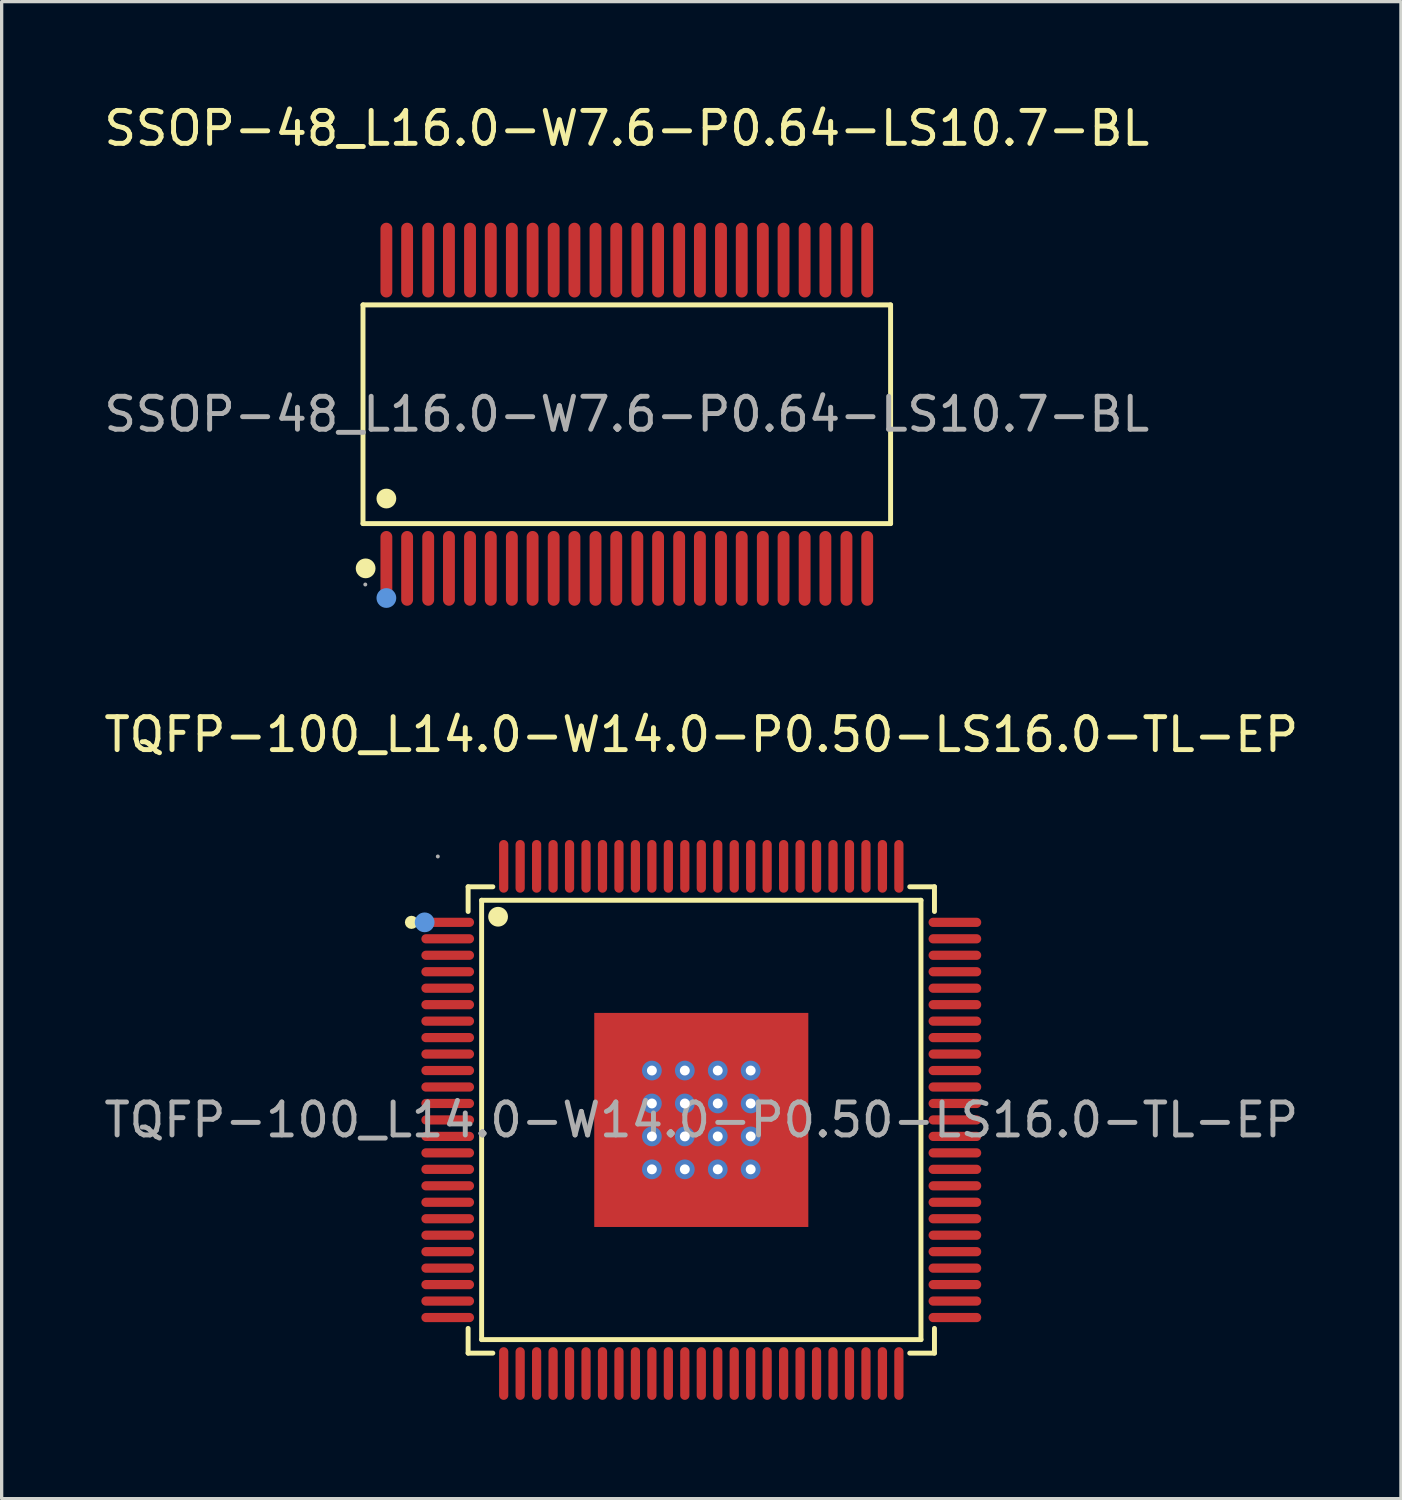
<source format=kicad_pcb>
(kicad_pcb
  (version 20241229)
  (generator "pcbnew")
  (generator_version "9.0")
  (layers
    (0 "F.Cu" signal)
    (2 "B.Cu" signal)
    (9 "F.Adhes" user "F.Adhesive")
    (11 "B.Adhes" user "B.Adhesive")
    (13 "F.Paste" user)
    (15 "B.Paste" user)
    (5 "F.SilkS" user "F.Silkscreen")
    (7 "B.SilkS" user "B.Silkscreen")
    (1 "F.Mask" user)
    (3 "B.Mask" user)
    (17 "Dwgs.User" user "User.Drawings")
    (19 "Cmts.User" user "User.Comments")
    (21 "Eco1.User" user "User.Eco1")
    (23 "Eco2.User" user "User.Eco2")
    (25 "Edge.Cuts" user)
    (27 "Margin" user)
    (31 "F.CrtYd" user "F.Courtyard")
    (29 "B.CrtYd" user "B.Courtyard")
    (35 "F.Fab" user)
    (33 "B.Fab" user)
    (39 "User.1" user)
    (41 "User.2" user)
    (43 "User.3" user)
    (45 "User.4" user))
  (footprint "SSOP-48_L16.0-W7.6-P0.64-LS10.7-BL"
    (layer "F.Cu")
    (at 15.982 9.528)
    (property "Reference" "SSOP-48_L16.0-W7.6-P0.64-LS10.7-BL" (at 0 -8.68 0) (layer "F.SilkS") (effects (font (size 1 1) (thickness 0.15))))
    (attr through_hole)
    (fp_line (start -8.01 -3.32) (end 8.01 -3.32) (stroke (width 0.15) (type solid)) (layer "F.SilkS"))
    (fp_line (start -8.01 3.32) (end -8.01 -3.32) (stroke (width 0.15) (type solid)) (layer "F.SilkS"))
    (fp_line (start 8.01 -3.32) (end 8.01 3.32) (stroke (width 0.15) (type solid)) (layer "F.SilkS"))
    (fp_line (start 8.01 3.32) (end -8.01 3.32) (stroke (width 0.15) (type solid)) (layer "F.SilkS"))
    (fp_circle (center -7.93 4.68) (end -7.78 4.68) (stroke (width 0.3) (type solid)) (fill no) (layer "F.SilkS"))
    (fp_circle (center -7.3 2.56) (end -7.15 2.56) (stroke (width 0.3) (type solid)) (fill no) (layer "F.SilkS"))
    (fp_circle (center -7.3 5.58) (end -7.15 5.58) (stroke (width 0.3) (type solid)) (fill no) (layer "Cmts.User"))
    (fp_circle (center -7.94 5.17) (end -7.91 5.17) (stroke (width 0.06) (type solid)) (fill no) (layer "F.Fab"))
    (fp_text user "${REFERENCE}" (at 0 0 0) (layer "F.Fab") (effects (font (size 1 1) (thickness 0.15))))
    (pad "1" smd oval (at -7.3 4.68) (size 0.36 2.27) (layers "F.Cu" "F.Mask" "F.Paste"))
    (pad "2" smd oval (at -6.67 4.68) (size 0.36 2.27) (layers "F.Cu" "F.Mask" "F.Paste"))
    (pad "3" smd oval (at -6.03 4.68) (size 0.36 2.27) (layers "F.Cu" "F.Mask" "F.Paste"))
    (pad "4" smd oval (at -5.4 4.68) (size 0.36 2.27) (layers "F.Cu" "F.Mask" "F.Paste"))
    (pad "5" smd oval (at -4.76 4.68) (size 0.36 2.27) (layers "F.Cu" "F.Mask" "F.Paste"))
    (pad "6" smd oval (at -4.13 4.68) (size 0.36 2.27) (layers "F.Cu" "F.Mask" "F.Paste"))
    (pad "7" smd oval (at -3.49 4.68) (size 0.36 2.27) (layers "F.Cu" "F.Mask" "F.Paste"))
    (pad "8" smd oval (at -2.86 4.68) (size 0.36 2.27) (layers "F.Cu" "F.Mask" "F.Paste"))
    (pad "9" smd oval (at -2.22 4.68) (size 0.36 2.27) (layers "F.Cu" "F.Mask" "F.Paste"))
    (pad "10" smd oval (at -1.59 4.68) (size 0.36 2.27) (layers "F.Cu" "F.Mask" "F.Paste"))
    (pad "11" smd oval (at -0.95 4.68) (size 0.36 2.27) (layers "F.Cu" "F.Mask" "F.Paste"))
    (pad "12" smd oval (at -0.32 4.68) (size 0.36 2.27) (layers "F.Cu" "F.Mask" "F.Paste"))
    (pad "13" smd oval (at 0.32 4.68) (size 0.36 2.27) (layers "F.Cu" "F.Mask" "F.Paste"))
    (pad "14" smd oval (at 0.95 4.68) (size 0.36 2.27) (layers "F.Cu" "F.Mask" "F.Paste"))
    (pad "15" smd oval (at 1.59 4.68) (size 0.36 2.27) (layers "F.Cu" "F.Mask" "F.Paste"))
    (pad "16" smd oval (at 2.22 4.68) (size 0.36 2.27) (layers "F.Cu" "F.Mask" "F.Paste"))
    (pad "17" smd oval (at 2.86 4.68) (size 0.36 2.27) (layers "F.Cu" "F.Mask" "F.Paste"))
    (pad "18" smd oval (at 3.49 4.68) (size 0.36 2.27) (layers "F.Cu" "F.Mask" "F.Paste"))
    (pad "19" smd oval (at 4.13 4.68) (size 0.36 2.27) (layers "F.Cu" "F.Mask" "F.Paste"))
    (pad "20" smd oval (at 4.76 4.68) (size 0.36 2.27) (layers "F.Cu" "F.Mask" "F.Paste"))
    (pad "21" smd oval (at 5.4 4.68) (size 0.36 2.27) (layers "F.Cu" "F.Mask" "F.Paste"))
    (pad "22" smd oval (at 6.03 4.68) (size 0.36 2.27) (layers "F.Cu" "F.Mask" "F.Paste"))
    (pad "23" smd oval (at 6.67 4.68) (size 0.36 2.27) (layers "F.Cu" "F.Mask" "F.Paste"))
    (pad "24" smd oval (at 7.3 4.68) (size 0.36 2.27) (layers "F.Cu" "F.Mask" "F.Paste"))
    (pad "25" smd oval (at 7.3 -4.68) (size 0.36 2.27) (layers "F.Cu" "F.Mask" "F.Paste"))
    (pad "26" smd oval (at 6.67 -4.68) (size 0.36 2.27) (layers "F.Cu" "F.Mask" "F.Paste"))
    (pad "27" smd oval (at 6.03 -4.68) (size 0.36 2.27) (layers "F.Cu" "F.Mask" "F.Paste"))
    (pad "28" smd oval (at 5.4 -4.68) (size 0.36 2.27) (layers "F.Cu" "F.Mask" "F.Paste"))
    (pad "29" smd oval (at 4.76 -4.68) (size 0.36 2.27) (layers "F.Cu" "F.Mask" "F.Paste"))
    (pad "30" smd oval (at 4.13 -4.68) (size 0.36 2.27) (layers "F.Cu" "F.Mask" "F.Paste"))
    (pad "31" smd oval (at 3.49 -4.68) (size 0.36 2.27) (layers "F.Cu" "F.Mask" "F.Paste"))
    (pad "32" smd oval (at 2.86 -4.68) (size 0.36 2.27) (layers "F.Cu" "F.Mask" "F.Paste"))
    (pad "33" smd oval (at 2.22 -4.68) (size 0.36 2.27) (layers "F.Cu" "F.Mask" "F.Paste"))
    (pad "34" smd oval (at 1.59 -4.68) (size 0.36 2.27) (layers "F.Cu" "F.Mask" "F.Paste"))
    (pad "35" smd oval (at 0.95 -4.68) (size 0.36 2.27) (layers "F.Cu" "F.Mask" "F.Paste"))
    (pad "36" smd oval (at 0.32 -4.68) (size 0.36 2.27) (layers "F.Cu" "F.Mask" "F.Paste"))
    (pad "37" smd oval (at -0.32 -4.68) (size 0.36 2.27) (layers "F.Cu" "F.Mask" "F.Paste"))
    (pad "38" smd oval (at -0.95 -4.68) (size 0.36 2.27) (layers "F.Cu" "F.Mask" "F.Paste"))
    (pad "39" smd oval (at -1.59 -4.68) (size 0.36 2.27) (layers "F.Cu" "F.Mask" "F.Paste"))
    (pad "40" smd oval (at -2.22 -4.68) (size 0.36 2.27) (layers "F.Cu" "F.Mask" "F.Paste"))
    (pad "41" smd oval (at -2.86 -4.68) (size 0.36 2.27) (layers "F.Cu" "F.Mask" "F.Paste"))
    (pad "42" smd oval (at -3.49 -4.68) (size 0.36 2.27) (layers "F.Cu" "F.Mask" "F.Paste"))
    (pad "43" smd oval (at -4.13 -4.68) (size 0.36 2.27) (layers "F.Cu" "F.Mask" "F.Paste"))
    (pad "44" smd oval (at -4.76 -4.68) (size 0.36 2.27) (layers "F.Cu" "F.Mask" "F.Paste"))
    (pad "45" smd oval (at -5.4 -4.68) (size 0.36 2.27) (layers "F.Cu" "F.Mask" "F.Paste"))
    (pad "46" smd oval (at -6.03 -4.68) (size 0.36 2.27) (layers "F.Cu" "F.Mask" "F.Paste"))
    (pad "47" smd oval (at -6.67 -4.68) (size 0.36 2.27) (layers "F.Cu" "F.Mask" "F.Paste"))
    (pad "48" smd oval (at -7.3 -4.68) (size 0.36 2.27) (layers "F.Cu" "F.Mask" "F.Paste")))
  (footprint "TQFP-100_L14.0-W14.0-P0.50-LS16.0-TL-EP"
    (layer "F.Cu")
    (at 18.244 30.956)
    (property "Reference" "TQFP-100_L14.0-W14.0-P0.50-LS16.0-TL-EP" (at 0 -11.7 0) (layer "F.SilkS") (effects (font (size 1 1) (thickness 0.15))))
    (attr through_hole)
    (fp_line (start -7.08 -7.08) (end -7.08 -6.33) (stroke (width 0.15) (type solid)) (layer "F.SilkS"))
    (fp_line (start -7.08 7.08) (end -7.08 6.33) (stroke (width 0.15) (type solid)) (layer "F.SilkS"))
    (fp_line (start -6.67 -6.67) (end 6.67 -6.67) (stroke (width 0.15) (type solid)) (layer "F.SilkS"))
    (fp_line (start -6.67 6.67) (end -6.67 -6.67) (stroke (width 0.15) (type solid)) (layer "F.SilkS"))
    (fp_line (start -6.33 -7.08) (end -7.08 -7.08) (stroke (width 0.15) (type solid)) (layer "F.SilkS"))
    (fp_line (start -6.33 7.08) (end -7.08 7.08) (stroke (width 0.15) (type solid)) (layer "F.SilkS"))
    (fp_line (start 6.33 -7.08) (end 7.08 -7.08) (stroke (width 0.15) (type solid)) (layer "F.SilkS"))
    (fp_line (start 6.33 7.08) (end 7.08 7.08) (stroke (width 0.15) (type solid)) (layer "F.SilkS"))
    (fp_line (start 6.67 -6.67) (end 6.67 6.67) (stroke (width 0.15) (type solid)) (layer "F.SilkS"))
    (fp_line (start 6.67 6.67) (end -6.67 6.67) (stroke (width 0.15) (type solid)) (layer "F.SilkS"))
    (fp_line (start 7.08 -7.08) (end 7.08 -6.33) (stroke (width 0.15) (type solid)) (layer "F.SilkS"))
    (fp_line (start 7.08 7.08) (end 7.08 6.33) (stroke (width 0.15) (type solid)) (layer "F.SilkS"))
    (fp_circle (center -8.8 -6) (end -8.7 -6) (stroke (width 0.2) (type solid)) (fill no) (layer "F.SilkS"))
    (fp_circle (center -6.17 -6.17) (end -6.02 -6.17) (stroke (width 0.3) (type solid)) (fill no) (layer "F.SilkS"))
    (fp_circle (center -8.4 -6) (end -8.25 -6) (stroke (width 0.3) (type solid)) (fill no) (layer "Cmts.User"))
    (fp_circle (center -8 -8) (end -7.97 -8) (stroke (width 0.06) (type solid)) (fill no) (layer "F.Fab"))
    (fp_text user "${REFERENCE}" (at 0 0 0) (layer "F.Fab") (effects (font (size 1 1) (thickness 0.15))))
    (pad "1" smd oval (at -7.7 -6 270) (size 0.28 1.6) (layers "F.Cu" "F.Mask" "F.Paste"))
    (pad "2" smd oval (at -7.7 -5.5 270) (size 0.28 1.6) (layers "F.Cu" "F.Mask" "F.Paste"))
    (pad "3" smd oval (at -7.7 -5 270) (size 0.28 1.6) (layers "F.Cu" "F.Mask" "F.Paste"))
    (pad "4" smd oval (at -7.7 -4.5 270) (size 0.28 1.6) (layers "F.Cu" "F.Mask" "F.Paste"))
    (pad "5" smd oval (at -7.7 -4 270) (size 0.28 1.6) (layers "F.Cu" "F.Mask" "F.Paste"))
    (pad "6" smd oval (at -7.7 -3.5 270) (size 0.28 1.6) (layers "F.Cu" "F.Mask" "F.Paste"))
    (pad "7" smd oval (at -7.7 -3 270) (size 0.28 1.6) (layers "F.Cu" "F.Mask" "F.Paste"))
    (pad "8" smd oval (at -7.7 -2.5 270) (size 0.28 1.6) (layers "F.Cu" "F.Mask" "F.Paste"))
    (pad "9" smd oval (at -7.7 -2 270) (size 0.28 1.6) (layers "F.Cu" "F.Mask" "F.Paste"))
    (pad "10" smd oval (at -7.7 -1.5 270) (size 0.28 1.6) (layers "F.Cu" "F.Mask" "F.Paste"))
    (pad "11" smd oval (at -7.7 -1 270) (size 0.28 1.6) (layers "F.Cu" "F.Mask" "F.Paste"))
    (pad "12" smd oval (at -7.7 -0.5 270) (size 0.28 1.6) (layers "F.Cu" "F.Mask" "F.Paste"))
    (pad "13" smd oval (at -7.7 0 270) (size 0.28 1.6) (layers "F.Cu" "F.Mask" "F.Paste"))
    (pad "14" smd oval (at -7.7 0.5 270) (size 0.28 1.6) (layers "F.Cu" "F.Mask" "F.Paste"))
    (pad "15" smd oval (at -7.7 1 270) (size 0.28 1.6) (layers "F.Cu" "F.Mask" "F.Paste"))
    (pad "16" smd oval (at -7.7 1.5 270) (size 0.28 1.6) (layers "F.Cu" "F.Mask" "F.Paste"))
    (pad "17" smd oval (at -7.7 2 270) (size 0.28 1.6) (layers "F.Cu" "F.Mask" "F.Paste"))
    (pad "18" smd oval (at -7.7 2.5 270) (size 0.28 1.6) (layers "F.Cu" "F.Mask" "F.Paste"))
    (pad "19" smd oval (at -7.7 3 270) (size 0.28 1.6) (layers "F.Cu" "F.Mask" "F.Paste"))
    (pad "20" smd oval (at -7.7 3.5 270) (size 0.28 1.6) (layers "F.Cu" "F.Mask" "F.Paste"))
    (pad "21" smd oval (at -7.7 4 270) (size 0.28 1.6) (layers "F.Cu" "F.Mask" "F.Paste"))
    (pad "22" smd oval (at -7.7 4.5 270) (size 0.28 1.6) (layers "F.Cu" "F.Mask" "F.Paste"))
    (pad "23" smd oval (at -7.7 5 270) (size 0.28 1.6) (layers "F.Cu" "F.Mask" "F.Paste"))
    (pad "24" smd oval (at -7.7 5.5 270) (size 0.28 1.6) (layers "F.Cu" "F.Mask" "F.Paste"))
    (pad "25" smd oval (at -7.7 6 270) (size 0.28 1.6) (layers "F.Cu" "F.Mask" "F.Paste"))
    (pad "26" smd oval (at -6 7.7 270) (size 1.6 0.28) (layers "F.Cu" "F.Mask" "F.Paste"))
    (pad "27" smd oval (at -5.5 7.7 270) (size 1.6 0.28) (layers "F.Cu" "F.Mask" "F.Paste"))
    (pad "28" smd oval (at -5 7.7 270) (size 1.6 0.28) (layers "F.Cu" "F.Mask" "F.Paste"))
    (pad "29" smd oval (at -4.5 7.7 270) (size 1.6 0.28) (layers "F.Cu" "F.Mask" "F.Paste"))
    (pad "30" smd oval (at -4 7.7 270) (size 1.6 0.28) (layers "F.Cu" "F.Mask" "F.Paste"))
    (pad "31" smd oval (at -3.5 7.7 270) (size 1.6 0.28) (layers "F.Cu" "F.Mask" "F.Paste"))
    (pad "32" smd oval (at -3 7.7 270) (size 1.6 0.28) (layers "F.Cu" "F.Mask" "F.Paste"))
    (pad "33" smd oval (at -2.5 7.7 270) (size 1.6 0.28) (layers "F.Cu" "F.Mask" "F.Paste"))
    (pad "34" smd oval (at -2 7.7 270) (size 1.6 0.28) (layers "F.Cu" "F.Mask" "F.Paste"))
    (pad "35" smd oval (at -1.5 7.7 270) (size 1.6 0.28) (layers "F.Cu" "F.Mask" "F.Paste"))
    (pad "36" smd oval (at -1 7.7 270) (size 1.6 0.28) (layers "F.Cu" "F.Mask" "F.Paste"))
    (pad "37" smd oval (at -0.5 7.7 270) (size 1.6 0.28) (layers "F.Cu" "F.Mask" "F.Paste"))
    (pad "38" smd oval (at 0 7.7 270) (size 1.6 0.28) (layers "F.Cu" "F.Mask" "F.Paste"))
    (pad "39" smd oval (at 0.5 7.7 270) (size 1.6 0.28) (layers "F.Cu" "F.Mask" "F.Paste"))
    (pad "40" smd oval (at 1 7.7 270) (size 1.6 0.28) (layers "F.Cu" "F.Mask" "F.Paste"))
    (pad "41" smd oval (at 1.5 7.7 270) (size 1.6 0.28) (layers "F.Cu" "F.Mask" "F.Paste"))
    (pad "42" smd oval (at 2 7.7 270) (size 1.6 0.28) (layers "F.Cu" "F.Mask" "F.Paste"))
    (pad "43" smd oval (at 2.5 7.7 270) (size 1.6 0.28) (layers "F.Cu" "F.Mask" "F.Paste"))
    (pad "44" smd oval (at 3 7.7 270) (size 1.6 0.28) (layers "F.Cu" "F.Mask" "F.Paste"))
    (pad "45" smd oval (at 3.5 7.7 270) (size 1.6 0.28) (layers "F.Cu" "F.Mask" "F.Paste"))
    (pad "46" smd oval (at 4 7.7 270) (size 1.6 0.28) (layers "F.Cu" "F.Mask" "F.Paste"))
    (pad "47" smd oval (at 4.5 7.7 270) (size 1.6 0.28) (layers "F.Cu" "F.Mask" "F.Paste"))
    (pad "48" smd oval (at 5 7.7 270) (size 1.6 0.28) (layers "F.Cu" "F.Mask" "F.Paste"))
    (pad "49" smd oval (at 5.5 7.7 270) (size 1.6 0.28) (layers "F.Cu" "F.Mask" "F.Paste"))
    (pad "50" smd oval (at 6 7.7 270) (size 1.6 0.28) (layers "F.Cu" "F.Mask" "F.Paste"))
    (pad "51" smd oval (at 7.7 6 270) (size 0.28 1.6) (layers "F.Cu" "F.Mask" "F.Paste"))
    (pad "52" smd oval (at 7.7 5.5 270) (size 0.28 1.6) (layers "F.Cu" "F.Mask" "F.Paste"))
    (pad "53" smd oval (at 7.7 5 270) (size 0.28 1.6) (layers "F.Cu" "F.Mask" "F.Paste"))
    (pad "54" smd oval (at 7.7 4.5 270) (size 0.28 1.6) (layers "F.Cu" "F.Mask" "F.Paste"))
    (pad "55" smd oval (at 7.7 4 270) (size 0.28 1.6) (layers "F.Cu" "F.Mask" "F.Paste"))
    (pad "56" smd oval (at 7.7 3.5 270) (size 0.28 1.6) (layers "F.Cu" "F.Mask" "F.Paste"))
    (pad "57" smd oval (at 7.7 3 270) (size 0.28 1.6) (layers "F.Cu" "F.Mask" "F.Paste"))
    (pad "58" smd oval (at 7.7 2.5 270) (size 0.28 1.6) (layers "F.Cu" "F.Mask" "F.Paste"))
    (pad "59" smd oval (at 7.7 2 270) (size 0.28 1.6) (layers "F.Cu" "F.Mask" "F.Paste"))
    (pad "60" smd oval (at 7.7 1.5 270) (size 0.28 1.6) (layers "F.Cu" "F.Mask" "F.Paste"))
    (pad "61" smd oval (at 7.7 1 270) (size 0.28 1.6) (layers "F.Cu" "F.Mask" "F.Paste"))
    (pad "62" smd oval (at 7.7 0.5 270) (size 0.28 1.6) (layers "F.Cu" "F.Mask" "F.Paste"))
    (pad "63" smd oval (at 7.7 0 270) (size 0.28 1.6) (layers "F.Cu" "F.Mask" "F.Paste"))
    (pad "64" smd oval (at 7.7 -0.5 270) (size 0.28 1.6) (layers "F.Cu" "F.Mask" "F.Paste"))
    (pad "65" smd oval (at 7.7 -1 270) (size 0.28 1.6) (layers "F.Cu" "F.Mask" "F.Paste"))
    (pad "66" smd oval (at 7.7 -1.5 270) (size 0.28 1.6) (layers "F.Cu" "F.Mask" "F.Paste"))
    (pad "67" smd oval (at 7.7 -2 270) (size 0.28 1.6) (layers "F.Cu" "F.Mask" "F.Paste"))
    (pad "68" smd oval (at 7.7 -2.5 270) (size 0.28 1.6) (layers "F.Cu" "F.Mask" "F.Paste"))
    (pad "69" smd oval (at 7.7 -3 270) (size 0.28 1.6) (layers "F.Cu" "F.Mask" "F.Paste"))
    (pad "70" smd oval (at 7.7 -3.5 270) (size 0.28 1.6) (layers "F.Cu" "F.Mask" "F.Paste"))
    (pad "71" smd oval (at 7.7 -4 270) (size 0.28 1.6) (layers "F.Cu" "F.Mask" "F.Paste"))
    (pad "72" smd oval (at 7.7 -4.5 270) (size 0.28 1.6) (layers "F.Cu" "F.Mask" "F.Paste"))
    (pad "73" smd oval (at 7.7 -5 270) (size 0.28 1.6) (layers "F.Cu" "F.Mask" "F.Paste"))
    (pad "74" smd oval (at 7.7 -5.5 270) (size 0.28 1.6) (layers "F.Cu" "F.Mask" "F.Paste"))
    (pad "75" smd oval (at 7.7 -6 270) (size 0.28 1.6) (layers "F.Cu" "F.Mask" "F.Paste"))
    (pad "76" smd oval (at 6 -7.7 270) (size 1.6 0.28) (layers "F.Cu" "F.Mask" "F.Paste"))
    (pad "77" smd oval (at 5.5 -7.7 270) (size 1.6 0.28) (layers "F.Cu" "F.Mask" "F.Paste"))
    (pad "78" smd oval (at 5 -7.7 270) (size 1.6 0.28) (layers "F.Cu" "F.Mask" "F.Paste"))
    (pad "79" smd oval (at 4.5 -7.7 270) (size 1.6 0.28) (layers "F.Cu" "F.Mask" "F.Paste"))
    (pad "80" smd oval (at 4 -7.7 270) (size 1.6 0.28) (layers "F.Cu" "F.Mask" "F.Paste"))
    (pad "81" smd oval (at 3.5 -7.7 270) (size 1.6 0.28) (layers "F.Cu" "F.Mask" "F.Paste"))
    (pad "82" smd oval (at 3 -7.7 270) (size 1.6 0.28) (layers "F.Cu" "F.Mask" "F.Paste"))
    (pad "83" smd oval (at 2.5 -7.7 270) (size 1.6 0.28) (layers "F.Cu" "F.Mask" "F.Paste"))
    (pad "84" smd oval (at 2 -7.7 270) (size 1.6 0.28) (layers "F.Cu" "F.Mask" "F.Paste"))
    (pad "85" smd oval (at 1.5 -7.7 270) (size 1.6 0.28) (layers "F.Cu" "F.Mask" "F.Paste"))
    (pad "86" smd oval (at 1 -7.7 270) (size 1.6 0.28) (layers "F.Cu" "F.Mask" "F.Paste"))
    (pad "87" smd oval (at 0.5 -7.7 270) (size 1.6 0.28) (layers "F.Cu" "F.Mask" "F.Paste"))
    (pad "88" smd oval (at 0 -7.7 270) (size 1.6 0.28) (layers "F.Cu" "F.Mask" "F.Paste"))
    (pad "89" smd oval (at -0.5 -7.7 270) (size 1.6 0.28) (layers "F.Cu" "F.Mask" "F.Paste"))
    (pad "90" smd oval (at -1 -7.7 270) (size 1.6 0.28) (layers "F.Cu" "F.Mask" "F.Paste"))
    (pad "91" smd oval (at -1.5 -7.7 270) (size 1.6 0.28) (layers "F.Cu" "F.Mask" "F.Paste"))
    (pad "92" smd oval (at -2 -7.7 270) (size 1.6 0.28) (layers "F.Cu" "F.Mask" "F.Paste"))
    (pad "93" smd oval (at -2.5 -7.7 270) (size 1.6 0.28) (layers "F.Cu" "F.Mask" "F.Paste"))
    (pad "94" smd oval (at -3 -7.7 270) (size 1.6 0.28) (layers "F.Cu" "F.Mask" "F.Paste"))
    (pad "95" smd oval (at -3.5 -7.7 270) (size 1.6 0.28) (layers "F.Cu" "F.Mask" "F.Paste"))
    (pad "96" smd oval (at -4 -7.7 270) (size 1.6 0.28) (layers "F.Cu" "F.Mask" "F.Paste"))
    (pad "97" smd oval (at -4.5 -7.7 270) (size 1.6 0.28) (layers "F.Cu" "F.Mask" "F.Paste"))
    (pad "98" smd oval (at -5 -7.7 270) (size 1.6 0.28) (layers "F.Cu" "F.Mask" "F.Paste"))
    (pad "99" smd oval (at -5.5 -7.7 270) (size 1.6 0.28) (layers "F.Cu" "F.Mask" "F.Paste"))
    (pad "100" smd oval (at -6 -7.7 270) (size 1.6 0.28) (layers "F.Cu" "F.Mask" "F.Paste"))
    (pad "101" thru_hole circle (at -1.5 -1.5) (size 0.6 0.6) (drill 0.3) (layers "*.Cu" "*.Paste" "*.Mask"))
    (pad "101" thru_hole circle (at -1.5 -0.5) (size 0.6 0.6) (drill 0.3) (layers "*.Cu" "*.Paste" "*.Mask"))
    (pad "101" thru_hole circle (at -1.5 0.5) (size 0.6 0.6) (drill 0.3) (layers "*.Cu" "*.Paste" "*.Mask"))
    (pad "101" thru_hole circle (at -1.5 1.5) (size 0.6 0.6) (drill 0.3) (layers "*.Cu" "*.Paste" "*.Mask"))
    (pad "101" thru_hole circle (at -0.5 -1.5) (size 0.6 0.6) (drill 0.3) (layers "*.Cu" "*.Paste" "*.Mask"))
    (pad "101" thru_hole circle (at -0.5 -0.5) (size 0.6 0.6) (drill 0.3) (layers "*.Cu" "*.Paste" "*.Mask"))
    (pad "101" thru_hole circle (at -0.5 0.5) (size 0.6 0.6) (drill 0.3) (layers "*.Cu" "*.Paste" "*.Mask"))
    (pad "101" thru_hole circle (at -0.5 1.5) (size 0.6 0.6) (drill 0.3) (layers "*.Cu" "*.Paste" "*.Mask"))
    (pad "101" smd rect (at 0 0) (size 6.5 6.5) (layers "F.Cu" "F.Mask" "F.Paste"))
    (pad "101" thru_hole circle (at 0.5 -1.5) (size 0.6 0.6) (drill 0.3) (layers "*.Cu" "*.Paste" "*.Mask"))
    (pad "101" thru_hole circle (at 0.5 -0.5) (size 0.6 0.6) (drill 0.3) (layers "*.Cu" "*.Paste" "*.Mask"))
    (pad "101" thru_hole circle (at 0.5 0.5) (size 0.6 0.6) (drill 0.3) (layers "*.Cu" "*.Paste" "*.Mask"))
    (pad "101" thru_hole circle (at 0.5 1.5) (size 0.6 0.6) (drill 0.3) (layers "*.Cu" "*.Paste" "*.Mask"))
    (pad "101" thru_hole circle (at 1.5 -1.5) (size 0.6 0.6) (drill 0.3) (layers "*.Cu" "*.Paste" "*.Mask"))
    (pad "101" thru_hole circle (at 1.5 -0.5) (size 0.6 0.6) (drill 0.3) (layers "*.Cu" "*.Paste" "*.Mask"))
    (pad "101" thru_hole circle (at 1.5 0.5) (size 0.6 0.6) (drill 0.3) (layers "*.Cu" "*.Paste" "*.Mask"))
    (pad "101" thru_hole circle (at 1.5 1.5) (size 0.6 0.6) (drill 0.3) (layers "*.Cu" "*.Paste" "*.Mask")))
  (gr_rect
    (start -3 -3)
    (end 39.488 42.456)
    (stroke (width 0.1) (type default))
    (fill no)
    (layer "Edge.Cuts")))
</source>
